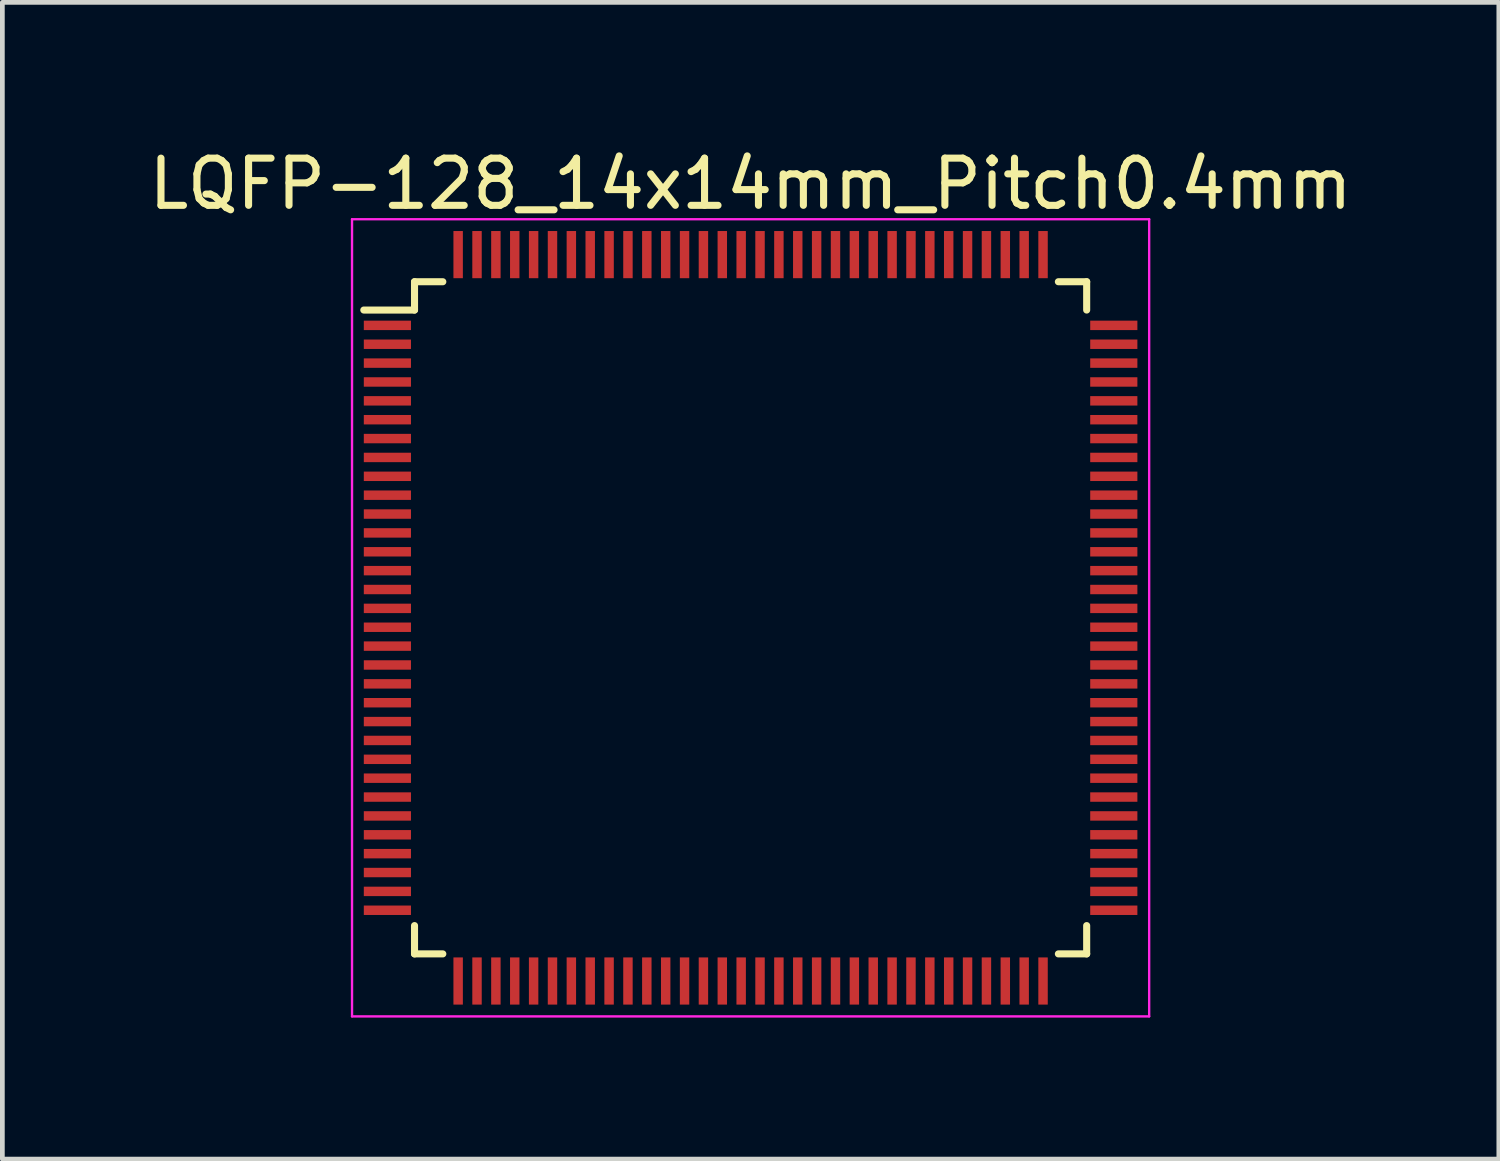
<source format=kicad_pcb>
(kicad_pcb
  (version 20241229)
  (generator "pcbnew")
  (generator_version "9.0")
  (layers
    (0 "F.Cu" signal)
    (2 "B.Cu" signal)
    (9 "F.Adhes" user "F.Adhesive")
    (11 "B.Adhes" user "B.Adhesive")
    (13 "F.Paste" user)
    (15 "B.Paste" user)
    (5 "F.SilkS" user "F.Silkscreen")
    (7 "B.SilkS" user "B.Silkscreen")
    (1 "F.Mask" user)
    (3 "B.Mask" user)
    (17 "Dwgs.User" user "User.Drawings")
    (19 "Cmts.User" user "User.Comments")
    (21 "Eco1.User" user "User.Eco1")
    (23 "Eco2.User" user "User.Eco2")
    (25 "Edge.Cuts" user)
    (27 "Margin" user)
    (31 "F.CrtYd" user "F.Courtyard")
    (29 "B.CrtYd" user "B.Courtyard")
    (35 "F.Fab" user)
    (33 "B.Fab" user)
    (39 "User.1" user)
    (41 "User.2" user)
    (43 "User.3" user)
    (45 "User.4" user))
  (footprint "LQFP-128_14x14mm_Pitch0.4mm"
    (layer "F.Cu")
    (at 12.863 10.048)
    (property "Reference" "LQFP-128_14x14mm_Pitch0.4mm" (at 0 -9.2 0) (layer "F.SilkS") (effects (font (size 1 1) (thickness 0.15))))
    (attr smd)
    (fp_line (start -7.125 -7.125) (end -7.125 -6.525) (stroke (width 0.15) (type solid)) (layer "F.SilkS"))
    (fp_line (start -7.125 -7.125) (end -6.525 -7.125) (stroke (width 0.15) (type solid)) (layer "F.SilkS"))
    (fp_line (start -7.125 -6.525) (end -8.2 -6.525) (stroke (width 0.15) (type solid)) (layer "F.SilkS"))
    (fp_line (start -7.125 7.125) (end -7.125 6.525) (stroke (width 0.15) (type solid)) (layer "F.SilkS"))
    (fp_line (start -7.125 7.125) (end -6.525 7.125) (stroke (width 0.15) (type solid)) (layer "F.SilkS"))
    (fp_line (start 7.125 -7.125) (end 6.525 -7.125) (stroke (width 0.15) (type solid)) (layer "F.SilkS"))
    (fp_line (start 7.125 -7.125) (end 7.125 -6.525) (stroke (width 0.15) (type solid)) (layer "F.SilkS"))
    (fp_line (start 7.125 7.125) (end 6.525 7.125) (stroke (width 0.15) (type solid)) (layer "F.SilkS"))
    (fp_line (start 7.125 7.125) (end 7.125 6.525) (stroke (width 0.15) (type solid)) (layer "F.SilkS"))
    (fp_line (start -8.45 -8.45) (end -8.45 8.45) (stroke (width 0.05) (type solid)) (layer "F.CrtYd"))
    (fp_line (start -8.45 -8.45) (end 8.45 -8.45) (stroke (width 0.05) (type solid)) (layer "F.CrtYd"))
    (fp_line (start -8.45 8.45) (end 8.45 8.45) (stroke (width 0.05) (type solid)) (layer "F.CrtYd"))
    (fp_line (start 8.45 -8.45) (end 8.45 8.45) (stroke (width 0.05) (type solid)) (layer "F.CrtYd"))
    (pad "1" smd rect (at -7.7 -6.2) (size 1 0.2) (layers "F.Cu" "F.Mask" "F.Paste"))
    (pad "2" smd rect (at -7.7 -5.8) (size 1 0.2) (layers "F.Cu" "F.Mask" "F.Paste"))
    (pad "3" smd rect (at -7.7 -5.4) (size 1 0.2) (layers "F.Cu" "F.Mask" "F.Paste"))
    (pad "4" smd rect (at -7.7 -5) (size 1 0.2) (layers "F.Cu" "F.Mask" "F.Paste"))
    (pad "5" smd rect (at -7.7 -4.6) (size 1 0.2) (layers "F.Cu" "F.Mask" "F.Paste"))
    (pad "6" smd rect (at -7.7 -4.2) (size 1 0.2) (layers "F.Cu" "F.Mask" "F.Paste"))
    (pad "7" smd rect (at -7.7 -3.8) (size 1 0.2) (layers "F.Cu" "F.Mask" "F.Paste"))
    (pad "8" smd rect (at -7.7 -3.4) (size 1 0.2) (layers "F.Cu" "F.Mask" "F.Paste"))
    (pad "9" smd rect (at -7.7 -3) (size 1 0.2) (layers "F.Cu" "F.Mask" "F.Paste"))
    (pad "10" smd rect (at -7.7 -2.6) (size 1 0.2) (layers "F.Cu" "F.Mask" "F.Paste"))
    (pad "11" smd rect (at -7.7 -2.2) (size 1 0.2) (layers "F.Cu" "F.Mask" "F.Paste"))
    (pad "12" smd rect (at -7.7 -1.8) (size 1 0.2) (layers "F.Cu" "F.Mask" "F.Paste"))
    (pad "13" smd rect (at -7.7 -1.4) (size 1 0.2) (layers "F.Cu" "F.Mask" "F.Paste"))
    (pad "14" smd rect (at -7.7 -1) (size 1 0.2) (layers "F.Cu" "F.Mask" "F.Paste"))
    (pad "15" smd rect (at -7.7 -0.6) (size 1 0.2) (layers "F.Cu" "F.Mask" "F.Paste"))
    (pad "16" smd rect (at -7.7 -0.2) (size 1 0.2) (layers "F.Cu" "F.Mask" "F.Paste"))
    (pad "17" smd rect (at -7.7 0.2) (size 1 0.2) (layers "F.Cu" "F.Mask" "F.Paste"))
    (pad "18" smd rect (at -7.7 0.6) (size 1 0.2) (layers "F.Cu" "F.Mask" "F.Paste"))
    (pad "19" smd rect (at -7.7 1) (size 1 0.2) (layers "F.Cu" "F.Mask" "F.Paste"))
    (pad "20" smd rect (at -7.7 1.4) (size 1 0.2) (layers "F.Cu" "F.Mask" "F.Paste"))
    (pad "21" smd rect (at -7.7 1.8) (size 1 0.2) (layers "F.Cu" "F.Mask" "F.Paste"))
    (pad "22" smd rect (at -7.7 2.2) (size 1 0.2) (layers "F.Cu" "F.Mask" "F.Paste"))
    (pad "23" smd rect (at -7.7 2.6) (size 1 0.2) (layers "F.Cu" "F.Mask" "F.Paste"))
    (pad "24" smd rect (at -7.7 3) (size 1 0.2) (layers "F.Cu" "F.Mask" "F.Paste"))
    (pad "25" smd rect (at -7.7 3.4) (size 1 0.2) (layers "F.Cu" "F.Mask" "F.Paste"))
    (pad "26" smd rect (at -7.7 3.8) (size 1 0.2) (layers "F.Cu" "F.Mask" "F.Paste"))
    (pad "27" smd rect (at -7.7 4.2) (size 1 0.2) (layers "F.Cu" "F.Mask" "F.Paste"))
    (pad "28" smd rect (at -7.7 4.6) (size 1 0.2) (layers "F.Cu" "F.Mask" "F.Paste"))
    (pad "29" smd rect (at -7.7 5) (size 1 0.2) (layers "F.Cu" "F.Mask" "F.Paste"))
    (pad "30" smd rect (at -7.7 5.4) (size 1 0.2) (layers "F.Cu" "F.Mask" "F.Paste"))
    (pad "31" smd rect (at -7.7 5.8) (size 1 0.2) (layers "F.Cu" "F.Mask" "F.Paste"))
    (pad "32" smd rect (at -7.7 6.2) (size 1 0.2) (layers "F.Cu" "F.Mask" "F.Paste"))
    (pad "33" smd rect (at -6.2 7.7 90) (size 1 0.2) (layers "F.Cu" "F.Mask" "F.Paste"))
    (pad "34" smd rect (at -5.8 7.7 90) (size 1 0.2) (layers "F.Cu" "F.Mask" "F.Paste"))
    (pad "35" smd rect (at -5.4 7.7 90) (size 1 0.2) (layers "F.Cu" "F.Mask" "F.Paste"))
    (pad "36" smd rect (at -5 7.7 90) (size 1 0.2) (layers "F.Cu" "F.Mask" "F.Paste"))
    (pad "37" smd rect (at -4.6 7.7 90) (size 1 0.2) (layers "F.Cu" "F.Mask" "F.Paste"))
    (pad "38" smd rect (at -4.2 7.7 90) (size 1 0.2) (layers "F.Cu" "F.Mask" "F.Paste"))
    (pad "39" smd rect (at -3.8 7.7 90) (size 1 0.2) (layers "F.Cu" "F.Mask" "F.Paste"))
    (pad "40" smd rect (at -3.4 7.7 90) (size 1 0.2) (layers "F.Cu" "F.Mask" "F.Paste"))
    (pad "41" smd rect (at -3 7.7 90) (size 1 0.2) (layers "F.Cu" "F.Mask" "F.Paste"))
    (pad "42" smd rect (at -2.6 7.7 90) (size 1 0.2) (layers "F.Cu" "F.Mask" "F.Paste"))
    (pad "43" smd rect (at -2.2 7.7 90) (size 1 0.2) (layers "F.Cu" "F.Mask" "F.Paste"))
    (pad "44" smd rect (at -1.8 7.7 90) (size 1 0.2) (layers "F.Cu" "F.Mask" "F.Paste"))
    (pad "45" smd rect (at -1.4 7.7 90) (size 1 0.2) (layers "F.Cu" "F.Mask" "F.Paste"))
    (pad "46" smd rect (at -1 7.7 90) (size 1 0.2) (layers "F.Cu" "F.Mask" "F.Paste"))
    (pad "47" smd rect (at -0.6 7.7 90) (size 1 0.2) (layers "F.Cu" "F.Mask" "F.Paste"))
    (pad "48" smd rect (at -0.2 7.7 90) (size 1 0.2) (layers "F.Cu" "F.Mask" "F.Paste"))
    (pad "49" smd rect (at 0.2 7.7 90) (size 1 0.2) (layers "F.Cu" "F.Mask" "F.Paste"))
    (pad "50" smd rect (at 0.6 7.7 90) (size 1 0.2) (layers "F.Cu" "F.Mask" "F.Paste"))
    (pad "51" smd rect (at 1 7.7 90) (size 1 0.2) (layers "F.Cu" "F.Mask" "F.Paste"))
    (pad "52" smd rect (at 1.4 7.7 90) (size 1 0.2) (layers "F.Cu" "F.Mask" "F.Paste"))
    (pad "53" smd rect (at 1.8 7.7 90) (size 1 0.2) (layers "F.Cu" "F.Mask" "F.Paste"))
    (pad "54" smd rect (at 2.2 7.7 90) (size 1 0.2) (layers "F.Cu" "F.Mask" "F.Paste"))
    (pad "55" smd rect (at 2.6 7.7 90) (size 1 0.2) (layers "F.Cu" "F.Mask" "F.Paste"))
    (pad "56" smd rect (at 3 7.7 90) (size 1 0.2) (layers "F.Cu" "F.Mask" "F.Paste"))
    (pad "57" smd rect (at 3.4 7.7 90) (size 1 0.2) (layers "F.Cu" "F.Mask" "F.Paste"))
    (pad "58" smd rect (at 3.8 7.7 90) (size 1 0.2) (layers "F.Cu" "F.Mask" "F.Paste"))
    (pad "59" smd rect (at 4.2 7.7 90) (size 1 0.2) (layers "F.Cu" "F.Mask" "F.Paste"))
    (pad "60" smd rect (at 4.6 7.7 90) (size 1 0.2) (layers "F.Cu" "F.Mask" "F.Paste"))
    (pad "61" smd rect (at 5 7.7 90) (size 1 0.2) (layers "F.Cu" "F.Mask" "F.Paste"))
    (pad "62" smd rect (at 5.4 7.7 90) (size 1 0.2) (layers "F.Cu" "F.Mask" "F.Paste"))
    (pad "63" smd rect (at 5.8 7.7 90) (size 1 0.2) (layers "F.Cu" "F.Mask" "F.Paste"))
    (pad "64" smd rect (at 6.2 7.7 90) (size 1 0.2) (layers "F.Cu" "F.Mask" "F.Paste"))
    (pad "65" smd rect (at 7.7 6.2) (size 1 0.2) (layers "F.Cu" "F.Mask" "F.Paste"))
    (pad "66" smd rect (at 7.7 5.8) (size 1 0.2) (layers "F.Cu" "F.Mask" "F.Paste"))
    (pad "67" smd rect (at 7.7 5.4) (size 1 0.2) (layers "F.Cu" "F.Mask" "F.Paste"))
    (pad "68" smd rect (at 7.7 5) (size 1 0.2) (layers "F.Cu" "F.Mask" "F.Paste"))
    (pad "69" smd rect (at 7.7 4.6) (size 1 0.2) (layers "F.Cu" "F.Mask" "F.Paste"))
    (pad "70" smd rect (at 7.7 4.2) (size 1 0.2) (layers "F.Cu" "F.Mask" "F.Paste"))
    (pad "71" smd rect (at 7.7 3.8) (size 1 0.2) (layers "F.Cu" "F.Mask" "F.Paste"))
    (pad "72" smd rect (at 7.7 3.4) (size 1 0.2) (layers "F.Cu" "F.Mask" "F.Paste"))
    (pad "73" smd rect (at 7.7 3) (size 1 0.2) (layers "F.Cu" "F.Mask" "F.Paste"))
    (pad "74" smd rect (at 7.7 2.6) (size 1 0.2) (layers "F.Cu" "F.Mask" "F.Paste"))
    (pad "75" smd rect (at 7.7 2.2) (size 1 0.2) (layers "F.Cu" "F.Mask" "F.Paste"))
    (pad "76" smd rect (at 7.7 1.8) (size 1 0.2) (layers "F.Cu" "F.Mask" "F.Paste"))
    (pad "77" smd rect (at 7.7 1.4) (size 1 0.2) (layers "F.Cu" "F.Mask" "F.Paste"))
    (pad "78" smd rect (at 7.7 1) (size 1 0.2) (layers "F.Cu" "F.Mask" "F.Paste"))
    (pad "79" smd rect (at 7.7 0.6) (size 1 0.2) (layers "F.Cu" "F.Mask" "F.Paste"))
    (pad "80" smd rect (at 7.7 0.2) (size 1 0.2) (layers "F.Cu" "F.Mask" "F.Paste"))
    (pad "81" smd rect (at 7.7 -0.2) (size 1 0.2) (layers "F.Cu" "F.Mask" "F.Paste"))
    (pad "82" smd rect (at 7.7 -0.6) (size 1 0.2) (layers "F.Cu" "F.Mask" "F.Paste"))
    (pad "83" smd rect (at 7.7 -1) (size 1 0.2) (layers "F.Cu" "F.Mask" "F.Paste"))
    (pad "84" smd rect (at 7.7 -1.4) (size 1 0.2) (layers "F.Cu" "F.Mask" "F.Paste"))
    (pad "85" smd rect (at 7.7 -1.8) (size 1 0.2) (layers "F.Cu" "F.Mask" "F.Paste"))
    (pad "86" smd rect (at 7.7 -2.2) (size 1 0.2) (layers "F.Cu" "F.Mask" "F.Paste"))
    (pad "87" smd rect (at 7.7 -2.6) (size 1 0.2) (layers "F.Cu" "F.Mask" "F.Paste"))
    (pad "88" smd rect (at 7.7 -3) (size 1 0.2) (layers "F.Cu" "F.Mask" "F.Paste"))
    (pad "89" smd rect (at 7.7 -3.4) (size 1 0.2) (layers "F.Cu" "F.Mask" "F.Paste"))
    (pad "90" smd rect (at 7.7 -3.8) (size 1 0.2) (layers "F.Cu" "F.Mask" "F.Paste"))
    (pad "91" smd rect (at 7.7 -4.2) (size 1 0.2) (layers "F.Cu" "F.Mask" "F.Paste"))
    (pad "92" smd rect (at 7.7 -4.6) (size 1 0.2) (layers "F.Cu" "F.Mask" "F.Paste"))
    (pad "93" smd rect (at 7.7 -5) (size 1 0.2) (layers "F.Cu" "F.Mask" "F.Paste"))
    (pad "94" smd rect (at 7.7 -5.4) (size 1 0.2) (layers "F.Cu" "F.Mask" "F.Paste"))
    (pad "95" smd rect (at 7.7 -5.8) (size 1 0.2) (layers "F.Cu" "F.Mask" "F.Paste"))
    (pad "96" smd rect (at 7.7 -6.2) (size 1 0.2) (layers "F.Cu" "F.Mask" "F.Paste"))
    (pad "97" smd rect (at 6.2 -7.7 90) (size 1 0.2) (layers "F.Cu" "F.Mask" "F.Paste"))
    (pad "98" smd rect (at 5.8 -7.7 90) (size 1 0.2) (layers "F.Cu" "F.Mask" "F.Paste"))
    (pad "99" smd rect (at 5.4 -7.7 90) (size 1 0.2) (layers "F.Cu" "F.Mask" "F.Paste"))
    (pad "100" smd rect (at 5 -7.7 90) (size 1 0.2) (layers "F.Cu" "F.Mask" "F.Paste"))
    (pad "101" smd rect (at 4.6 -7.7 90) (size 1 0.2) (layers "F.Cu" "F.Mask" "F.Paste"))
    (pad "102" smd rect (at 4.2 -7.7 90) (size 1 0.2) (layers "F.Cu" "F.Mask" "F.Paste"))
    (pad "103" smd rect (at 3.8 -7.7 90) (size 1 0.2) (layers "F.Cu" "F.Mask" "F.Paste"))
    (pad "104" smd rect (at 3.4 -7.7 90) (size 1 0.2) (layers "F.Cu" "F.Mask" "F.Paste"))
    (pad "105" smd rect (at 3 -7.7 90) (size 1 0.2) (layers "F.Cu" "F.Mask" "F.Paste"))
    (pad "106" smd rect (at 2.6 -7.7 90) (size 1 0.2) (layers "F.Cu" "F.Mask" "F.Paste"))
    (pad "107" smd rect (at 2.2 -7.7 90) (size 1 0.2) (layers "F.Cu" "F.Mask" "F.Paste"))
    (pad "108" smd rect (at 1.8 -7.7 90) (size 1 0.2) (layers "F.Cu" "F.Mask" "F.Paste"))
    (pad "109" smd rect (at 1.4 -7.7 90) (size 1 0.2) (layers "F.Cu" "F.Mask" "F.Paste"))
    (pad "110" smd rect (at 1 -7.7 90) (size 1 0.2) (layers "F.Cu" "F.Mask" "F.Paste"))
    (pad "111" smd rect (at 0.6 -7.7 90) (size 1 0.2) (layers "F.Cu" "F.Mask" "F.Paste"))
    (pad "112" smd rect (at 0.2 -7.7 90) (size 1 0.2) (layers "F.Cu" "F.Mask" "F.Paste"))
    (pad "113" smd rect (at -0.2 -7.7 90) (size 1 0.2) (layers "F.Cu" "F.Mask" "F.Paste"))
    (pad "114" smd rect (at -0.6 -7.7 90) (size 1 0.2) (layers "F.Cu" "F.Mask" "F.Paste"))
    (pad "115" smd rect (at -1 -7.7 90) (size 1 0.2) (layers "F.Cu" "F.Mask" "F.Paste"))
    (pad "116" smd rect (at -1.4 -7.7 90) (size 1 0.2) (layers "F.Cu" "F.Mask" "F.Paste"))
    (pad "117" smd rect (at -1.8 -7.7 90) (size 1 0.2) (layers "F.Cu" "F.Mask" "F.Paste"))
    (pad "118" smd rect (at -2.2 -7.7 90) (size 1 0.2) (layers "F.Cu" "F.Mask" "F.Paste"))
    (pad "119" smd rect (at -2.6 -7.7 90) (size 1 0.2) (layers "F.Cu" "F.Mask" "F.Paste"))
    (pad "120" smd rect (at -3 -7.7 90) (size 1 0.2) (layers "F.Cu" "F.Mask" "F.Paste"))
    (pad "121" smd rect (at -3.4 -7.7 90) (size 1 0.2) (layers "F.Cu" "F.Mask" "F.Paste"))
    (pad "122" smd rect (at -3.8 -7.7 90) (size 1 0.2) (layers "F.Cu" "F.Mask" "F.Paste"))
    (pad "123" smd rect (at -4.2 -7.7 90) (size 1 0.2) (layers "F.Cu" "F.Mask" "F.Paste"))
    (pad "124" smd rect (at -4.6 -7.7 90) (size 1 0.2) (layers "F.Cu" "F.Mask" "F.Paste"))
    (pad "125" smd rect (at -5 -7.7 90) (size 1 0.2) (layers "F.Cu" "F.Mask" "F.Paste"))
    (pad "126" smd rect (at -5.4 -7.7 90) (size 1 0.2) (layers "F.Cu" "F.Mask" "F.Paste"))
    (pad "127" smd rect (at -5.8 -7.7 90) (size 1 0.2) (layers "F.Cu" "F.Mask" "F.Paste"))
    (pad "128" smd rect (at -6.2 -7.7 90) (size 1 0.2) (layers "F.Cu" "F.Mask" "F.Paste")))
  (gr_rect
    (start -3 -3)
    (end 28.726 21.523)
    (stroke (width 0.1) (type default))
    (fill no)
    (layer "Edge.Cuts")))
</source>
